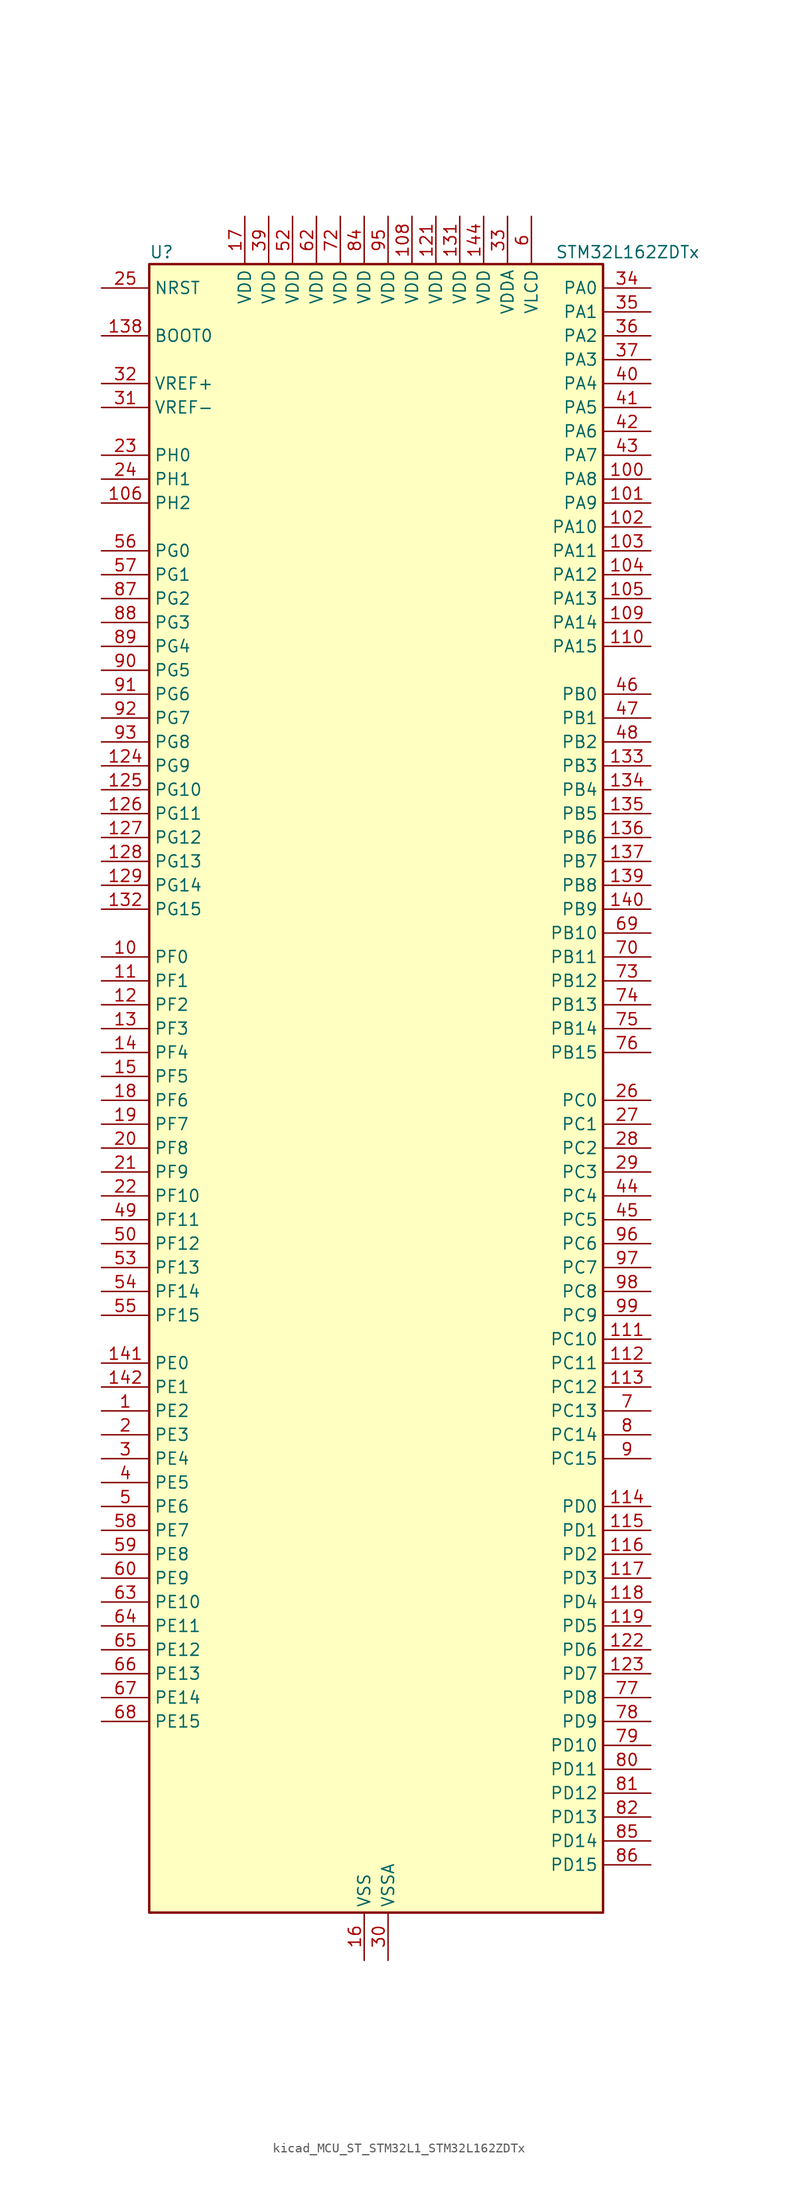
<source format=kicad_sym>
(kicad_symbol_lib
  (version 20220914)
  (generator kicad_symbol_editor)
  (symbol "kicad_MCU_ST_STM32L1_STM32L162ZDTx"
    (property "Reference" "U"
      (at -22.86 90.17 0)
      (effects (font (size 1.27 1.27)) (justify left)))
    (property "Value" "STM32L162ZDTx"
      (at 20.32 90.17 0)
      (effects (font (size 1.27 1.27)) (justify left)))
    (property "ki_locked" ""
      (at 0 0 0)
      (effects (font (size 1.27 1.27))))
    (symbol "kicad_MCU_ST_STM32L1_STM32L162ZDTx_0_1"
      (rectangle (start -22.86 -86.36) (end 25.4 88.9) (stroke (width 0.254) (type default)) (fill (type background))))
    (symbol "kicad_MCU_ST_STM32L1_STM32L162ZDTx_1_1"
      (pin bidirectional line (at -27.94 -33.02 0) (length 5.08) (name "PE2" (effects (font (size 1.27 1.27)))) (number "1" (effects (font (size 1.27 1.27)))) (alternate "FSMC_A23" bidirectional line) (alternate "LCD_SEG38" bidirectional line) (alternate "SYS_TRACECK" bidirectional line) (alternate "TIM3_ETR" bidirectional line) (alternate "TIMX_IC3" bidirectional line))
      (pin bidirectional line (at -27.94 15.24 0) (length 5.08) (name "PF0" (effects (font (size 1.27 1.27)))) (number "10" (effects (font (size 1.27 1.27)))) (alternate "FSMC_A0" bidirectional line))
      (pin bidirectional line (at 30.48 66.04 180) (length 5.08) (name "PA8" (effects (font (size 1.27 1.27)))) (number "100" (effects (font (size 1.27 1.27)))) (alternate "LCD_COM0" bidirectional line) (alternate "RCC_MCO" bidirectional line) (alternate "TIMX_IC1" bidirectional line) (alternate "TS_G4_IO1" bidirectional line) (alternate "USART1_CK" bidirectional line))
      (pin bidirectional line (at 30.48 63.5 180) (length 5.08) (name "PA9" (effects (font (size 1.27 1.27)))) (number "101" (effects (font (size 1.27 1.27)))) (alternate "DAC_EXTI9" bidirectional line) (alternate "LCD_COM1" bidirectional line) (alternate "TIMX_IC2" bidirectional line) (alternate "TS_G4_IO2" bidirectional line) (alternate "USART1_TX" bidirectional line))
      (pin bidirectional line (at 30.48 60.96 180) (length 5.08) (name "PA10" (effects (font (size 1.27 1.27)))) (number "102" (effects (font (size 1.27 1.27)))) (alternate "LCD_COM2" bidirectional line) (alternate "TIMX_IC3" bidirectional line) (alternate "TS_G4_IO3" bidirectional line) (alternate "USART1_RX" bidirectional line))
      (pin bidirectional line (at 30.48 58.42 180) (length 5.08) (name "PA11" (effects (font (size 1.27 1.27)))) (number "103" (effects (font (size 1.27 1.27)))) (alternate "ADC_EXTI11" bidirectional line) (alternate "SPI1_MISO" bidirectional line) (alternate "TIMX_IC4" bidirectional line) (alternate "USART1_CTS" bidirectional line) (alternate "USB_DM" bidirectional line))
      (pin bidirectional line (at 30.48 55.88 180) (length 5.08) (name "PA12" (effects (font (size 1.27 1.27)))) (number "104" (effects (font (size 1.27 1.27)))) (alternate "SPI1_MOSI" bidirectional line) (alternate "TIMX_IC1" bidirectional line) (alternate "USART1_RTS" bidirectional line) (alternate "USB_DP" bidirectional line))
      (pin bidirectional line (at 30.48 53.34 180) (length 5.08) (name "PA13" (effects (font (size 1.27 1.27)))) (number "105" (effects (font (size 1.27 1.27)))) (alternate "SYS_JTMS-SWDIO" bidirectional line) (alternate "TIMX_IC2" bidirectional line) (alternate "TS_G5_IO1" bidirectional line))
      (pin bidirectional line (at -27.94 63.5 0) (length 5.08) (name "PH2" (effects (font (size 1.27 1.27)))) (number "106" (effects (font (size 1.27 1.27)))) (alternate "FSMC_A22" bidirectional line))
      (pin passive line (at 0 -91.44 90) (length 5.08) hide (name "VSS" (effects (font (size 1.27 1.27)))) (number "107" (effects (font (size 1.27 1.27)))))
      (pin power_in line (at 5.08 93.98 270) (length 5.08) (name "VDD" (effects (font (size 1.27 1.27)))) (number "108" (effects (font (size 1.27 1.27)))))
      (pin bidirectional line (at 30.48 50.8 180) (length 5.08) (name "PA14" (effects (font (size 1.27 1.27)))) (number "109" (effects (font (size 1.27 1.27)))) (alternate "SYS_JTCK-SWCLK" bidirectional line) (alternate "TIMX_IC3" bidirectional line) (alternate "TS_G5_IO2" bidirectional line))
      (pin bidirectional line (at -27.94 12.7 0) (length 5.08) (name "PF1" (effects (font (size 1.27 1.27)))) (number "11" (effects (font (size 1.27 1.27)))) (alternate "FSMC_A1" bidirectional line))
      (pin bidirectional line (at 30.48 48.26 180) (length 5.08) (name "PA15" (effects (font (size 1.27 1.27)))) (number "110" (effects (font (size 1.27 1.27)))) (alternate "ADC_EXTI15" bidirectional line) (alternate "I2S3_WS" bidirectional line) (alternate "LCD_SEG17" bidirectional line) (alternate "SPI1_NSS" bidirectional line) (alternate "SPI3_NSS" bidirectional line) (alternate "SYS_JTDI" bidirectional line) (alternate "TIM2_CH1" bidirectional line) (alternate "TIM2_ETR" bidirectional line) (alternate "TIMX_IC4" bidirectional line) (alternate "TS_G5_IO3" bidirectional line))
      (pin bidirectional line (at 30.48 -25.4 180) (length 5.08) (name "PC10" (effects (font (size 1.27 1.27)))) (number "111" (effects (font (size 1.27 1.27)))) (alternate "I2S3_CK" bidirectional line) (alternate "LCD_COM4" bidirectional line) (alternate "LCD_SEG28" bidirectional line) (alternate "LCD_SEG40" bidirectional line) (alternate "SDIO_D2" bidirectional line) (alternate "SPI3_SCK" bidirectional line) (alternate "TIMX_IC3" bidirectional line) (alternate "UART4_TX" bidirectional line) (alternate "USART3_TX" bidirectional line))
      (pin bidirectional line (at 30.48 -27.94 180) (length 5.08) (name "PC11" (effects (font (size 1.27 1.27)))) (number "112" (effects (font (size 1.27 1.27)))) (alternate "ADC_EXTI11" bidirectional line) (alternate "LCD_COM5" bidirectional line) (alternate "LCD_SEG29" bidirectional line) (alternate "LCD_SEG41" bidirectional line) (alternate "SDIO_D3" bidirectional line) (alternate "SPI3_MISO" bidirectional line) (alternate "TIMX_IC4" bidirectional line) (alternate "UART4_RX" bidirectional line) (alternate "USART3_RX" bidirectional line))
      (pin bidirectional line (at 30.48 -30.48 180) (length 5.08) (name "PC12" (effects (font (size 1.27 1.27)))) (number "113" (effects (font (size 1.27 1.27)))) (alternate "I2S3_SD" bidirectional line) (alternate "LCD_COM6" bidirectional line) (alternate "LCD_SEG30" bidirectional line) (alternate "LCD_SEG42" bidirectional line) (alternate "SDIO_CK" bidirectional line) (alternate "SPI3_MOSI" bidirectional line) (alternate "TIMX_IC1" bidirectional line) (alternate "UART5_TX" bidirectional line) (alternate "USART3_CK" bidirectional line))
      (pin bidirectional line (at 30.48 -43.18 180) (length 5.08) (name "PD0" (effects (font (size 1.27 1.27)))) (number "114" (effects (font (size 1.27 1.27)))) (alternate "FSMC_D2" bidirectional line) (alternate "FSMC_DA2" bidirectional line) (alternate "I2S2_WS" bidirectional line) (alternate "SPI2_NSS" bidirectional line) (alternate "TIM9_CH1" bidirectional line) (alternate "TIMX_IC1" bidirectional line))
      (pin bidirectional line (at 30.48 -45.72 180) (length 5.08) (name "PD1" (effects (font (size 1.27 1.27)))) (number "115" (effects (font (size 1.27 1.27)))) (alternate "FSMC_D3" bidirectional line) (alternate "FSMC_DA3" bidirectional line) (alternate "I2S2_CK" bidirectional line) (alternate "SPI2_SCK" bidirectional line) (alternate "TIMX_IC2" bidirectional line))
      (pin bidirectional line (at 30.48 -48.26 180) (length 5.08) (name "PD2" (effects (font (size 1.27 1.27)))) (number "116" (effects (font (size 1.27 1.27)))) (alternate "LCD_COM7" bidirectional line) (alternate "LCD_SEG31" bidirectional line) (alternate "LCD_SEG43" bidirectional line) (alternate "SDIO_CMD" bidirectional line) (alternate "TIM3_ETR" bidirectional line) (alternate "TIMX_IC3" bidirectional line) (alternate "UART5_RX" bidirectional line))
      (pin bidirectional line (at 30.48 -50.8 180) (length 5.08) (name "PD3" (effects (font (size 1.27 1.27)))) (number "117" (effects (font (size 1.27 1.27)))) (alternate "FSMC_CLK" bidirectional line) (alternate "SPI2_MISO" bidirectional line) (alternate "TIMX_IC4" bidirectional line) (alternate "USART2_CTS" bidirectional line))
      (pin bidirectional line (at 30.48 -53.34 180) (length 5.08) (name "PD4" (effects (font (size 1.27 1.27)))) (number "118" (effects (font (size 1.27 1.27)))) (alternate "FSMC_NOE" bidirectional line) (alternate "I2S2_SD" bidirectional line) (alternate "SPI2_MOSI" bidirectional line) (alternate "TIMX_IC1" bidirectional line) (alternate "USART2_RTS" bidirectional line))
      (pin bidirectional line (at 30.48 -55.88 180) (length 5.08) (name "PD5" (effects (font (size 1.27 1.27)))) (number "119" (effects (font (size 1.27 1.27)))) (alternate "FSMC_NWE" bidirectional line) (alternate "TIMX_IC2" bidirectional line) (alternate "USART2_TX" bidirectional line))
      (pin bidirectional line (at -27.94 10.16 0) (length 5.08) (name "PF2" (effects (font (size 1.27 1.27)))) (number "12" (effects (font (size 1.27 1.27)))) (alternate "FSMC_A2" bidirectional line))
      (pin passive line (at 0 -91.44 90) (length 5.08) hide (name "VSS" (effects (font (size 1.27 1.27)))) (number "120" (effects (font (size 1.27 1.27)))))
      (pin power_in line (at 7.62 93.98 270) (length 5.08) (name "VDD" (effects (font (size 1.27 1.27)))) (number "121" (effects (font (size 1.27 1.27)))))
      (pin bidirectional line (at 30.48 -58.42 180) (length 5.08) (name "PD6" (effects (font (size 1.27 1.27)))) (number "122" (effects (font (size 1.27 1.27)))) (alternate "FSMC_NWAIT" bidirectional line) (alternate "TIMX_IC3" bidirectional line) (alternate "USART2_RX" bidirectional line))
      (pin bidirectional line (at 30.48 -60.96 180) (length 5.08) (name "PD7" (effects (font (size 1.27 1.27)))) (number "123" (effects (font (size 1.27 1.27)))) (alternate "FSMC_NE1" bidirectional line) (alternate "TIM9_CH2" bidirectional line) (alternate "TIMX_IC4" bidirectional line) (alternate "USART2_CK" bidirectional line))
      (pin bidirectional line (at -27.94 35.56 0) (length 5.08) (name "PG9" (effects (font (size 1.27 1.27)))) (number "124" (effects (font (size 1.27 1.27)))) (alternate "DAC_EXTI9" bidirectional line) (alternate "FSMC_NE2" bidirectional line))
      (pin bidirectional line (at -27.94 33.02 0) (length 5.08) (name "PG10" (effects (font (size 1.27 1.27)))) (number "125" (effects (font (size 1.27 1.27)))) (alternate "FSMC_NE3" bidirectional line))
      (pin bidirectional line (at -27.94 30.48 0) (length 5.08) (name "PG11" (effects (font (size 1.27 1.27)))) (number "126" (effects (font (size 1.27 1.27)))) (alternate "ADC_EXTI11" bidirectional line))
      (pin bidirectional line (at -27.94 27.94 0) (length 5.08) (name "PG12" (effects (font (size 1.27 1.27)))) (number "127" (effects (font (size 1.27 1.27)))) (alternate "FSMC_NE4" bidirectional line))
      (pin bidirectional line (at -27.94 25.4 0) (length 5.08) (name "PG13" (effects (font (size 1.27 1.27)))) (number "128" (effects (font (size 1.27 1.27)))) (alternate "FSMC_A24" bidirectional line))
      (pin bidirectional line (at -27.94 22.86 0) (length 5.08) (name "PG14" (effects (font (size 1.27 1.27)))) (number "129" (effects (font (size 1.27 1.27)))) (alternate "FSMC_A25" bidirectional line))
      (pin bidirectional line (at -27.94 7.62 0) (length 5.08) (name "PF3" (effects (font (size 1.27 1.27)))) (number "13" (effects (font (size 1.27 1.27)))) (alternate "FSMC_A3" bidirectional line))
      (pin passive line (at 0 -91.44 90) (length 5.08) hide (name "VSS" (effects (font (size 1.27 1.27)))) (number "130" (effects (font (size 1.27 1.27)))))
      (pin power_in line (at 10.16 93.98 270) (length 5.08) (name "VDD" (effects (font (size 1.27 1.27)))) (number "131" (effects (font (size 1.27 1.27)))))
      (pin bidirectional line (at -27.94 20.32 0) (length 5.08) (name "PG15" (effects (font (size 1.27 1.27)))) (number "132" (effects (font (size 1.27 1.27)))) (alternate "ADC_EXTI15" bidirectional line))
      (pin bidirectional line (at 30.48 35.56 180) (length 5.08) (name "PB3" (effects (font (size 1.27 1.27)))) (number "133" (effects (font (size 1.27 1.27)))) (alternate "COMP2_INM" bidirectional line) (alternate "I2S3_CK" bidirectional line) (alternate "LCD_SEG7" bidirectional line) (alternate "SPI1_SCK" bidirectional line) (alternate "SPI3_SCK" bidirectional line) (alternate "SYS_JTDO-TRACESWO" bidirectional line) (alternate "TIM2_CH2" bidirectional line))
      (pin bidirectional line (at 30.48 33.02 180) (length 5.08) (name "PB4" (effects (font (size 1.27 1.27)))) (number "134" (effects (font (size 1.27 1.27)))) (alternate "COMP2_INP" bidirectional line) (alternate "LCD_SEG8" bidirectional line) (alternate "SPI1_MISO" bidirectional line) (alternate "SPI3_MISO" bidirectional line) (alternate "SYS_JTRST" bidirectional line) (alternate "TIM3_CH1" bidirectional line) (alternate "TS_G6_IO1" bidirectional line))
      (pin bidirectional line (at 30.48 30.48 180) (length 5.08) (name "PB5" (effects (font (size 1.27 1.27)))) (number "135" (effects (font (size 1.27 1.27)))) (alternate "COMP2_INP" bidirectional line) (alternate "I2C1_SMBA" bidirectional line) (alternate "I2S3_SD" bidirectional line) (alternate "LCD_SEG9" bidirectional line) (alternate "SPI1_MOSI" bidirectional line) (alternate "SPI3_MOSI" bidirectional line) (alternate "TIM3_CH2" bidirectional line) (alternate "TS_G6_IO2" bidirectional line))
      (pin bidirectional line (at 30.48 27.94 180) (length 5.08) (name "PB6" (effects (font (size 1.27 1.27)))) (number "136" (effects (font (size 1.27 1.27)))) (alternate "COMP2_INP" bidirectional line) (alternate "I2C1_SCL" bidirectional line) (alternate "TIM4_CH1" bidirectional line) (alternate "TS_G6_IO3" bidirectional line) (alternate "USART1_TX" bidirectional line))
      (pin bidirectional line (at 30.48 25.4 180) (length 5.08) (name "PB7" (effects (font (size 1.27 1.27)))) (number "137" (effects (font (size 1.27 1.27)))) (alternate "COMP2_INP" bidirectional line) (alternate "FSMC_NL" bidirectional line) (alternate "I2C1_SDA" bidirectional line) (alternate "SYS_PVD_IN" bidirectional line) (alternate "TIM4_CH2" bidirectional line) (alternate "TS_G6_IO4" bidirectional line) (alternate "USART1_RX" bidirectional line))
      (pin input line (at -27.94 81.28 0) (length 5.08) (name "BOOT0" (effects (font (size 1.27 1.27)))) (number "138" (effects (font (size 1.27 1.27)))))
      (pin bidirectional line (at 30.48 22.86 180) (length 5.08) (name "PB8" (effects (font (size 1.27 1.27)))) (number "139" (effects (font (size 1.27 1.27)))) (alternate "I2C1_SCL" bidirectional line) (alternate "LCD_SEG16" bidirectional line) (alternate "SDIO_D4" bidirectional line) (alternate "TIM10_CH1" bidirectional line) (alternate "TIM4_CH3" bidirectional line))
      (pin bidirectional line (at -27.94 5.08 0) (length 5.08) (name "PF4" (effects (font (size 1.27 1.27)))) (number "14" (effects (font (size 1.27 1.27)))) (alternate "FSMC_A4" bidirectional line))
      (pin bidirectional line (at 30.48 20.32 180) (length 5.08) (name "PB9" (effects (font (size 1.27 1.27)))) (number "140" (effects (font (size 1.27 1.27)))) (alternate "DAC_EXTI9" bidirectional line) (alternate "I2C1_SDA" bidirectional line) (alternate "LCD_COM3" bidirectional line) (alternate "SDIO_D5" bidirectional line) (alternate "TIM11_CH1" bidirectional line) (alternate "TIM4_CH4" bidirectional line))
      (pin bidirectional line (at -27.94 -27.94 0) (length 5.08) (name "PE0" (effects (font (size 1.27 1.27)))) (number "141" (effects (font (size 1.27 1.27)))) (alternate "FSMC_NBL0" bidirectional line) (alternate "LCD_SEG36" bidirectional line) (alternate "TIM10_CH1" bidirectional line) (alternate "TIM4_ETR" bidirectional line) (alternate "TIMX_IC1" bidirectional line))
      (pin bidirectional line (at -27.94 -30.48 0) (length 5.08) (name "PE1" (effects (font (size 1.27 1.27)))) (number "142" (effects (font (size 1.27 1.27)))) (alternate "FSMC_NBL1" bidirectional line) (alternate "LCD_SEG37" bidirectional line) (alternate "TIM11_CH1" bidirectional line) (alternate "TIMX_IC2" bidirectional line))
      (pin passive line (at 0 -91.44 90) (length 5.08) hide (name "VSS" (effects (font (size 1.27 1.27)))) (number "143" (effects (font (size 1.27 1.27)))))
      (pin power_in line (at 12.7 93.98 270) (length 5.08) (name "VDD" (effects (font (size 1.27 1.27)))) (number "144" (effects (font (size 1.27 1.27)))))
      (pin bidirectional line (at -27.94 2.54 0) (length 5.08) (name "PF5" (effects (font (size 1.27 1.27)))) (number "15" (effects (font (size 1.27 1.27)))) (alternate "FSMC_A5" bidirectional line))
      (pin power_in line (at 0 -91.44 90) (length 5.08) (name "VSS" (effects (font (size 1.27 1.27)))) (number "16" (effects (font (size 1.27 1.27)))))
      (pin power_in line (at -12.7 93.98 270) (length 5.08) (name "VDD" (effects (font (size 1.27 1.27)))) (number "17" (effects (font (size 1.27 1.27)))))
      (pin bidirectional line (at -27.94 0 0) (length 5.08) (name "PF6" (effects (font (size 1.27 1.27)))) (number "18" (effects (font (size 1.27 1.27)))) (alternate "ADC_IN27" bidirectional line) (alternate "TIM5_CH1" bidirectional line) (alternate "TIM5_ETR" bidirectional line) (alternate "TS_G11_IO1" bidirectional line))
      (pin bidirectional line (at -27.94 -2.54 0) (length 5.08) (name "PF7" (effects (font (size 1.27 1.27)))) (number "19" (effects (font (size 1.27 1.27)))) (alternate "ADC_IN28" bidirectional line) (alternate "COMP1_INP" bidirectional line) (alternate "TIM5_CH2" bidirectional line) (alternate "TS_G11_IO2" bidirectional line))
      (pin bidirectional line (at -27.94 -35.56 0) (length 5.08) (name "PE3" (effects (font (size 1.27 1.27)))) (number "2" (effects (font (size 1.27 1.27)))) (alternate "FSMC_A19" bidirectional line) (alternate "LCD_SEG39" bidirectional line) (alternate "SYS_TRACED0" bidirectional line) (alternate "TIM3_CH1" bidirectional line) (alternate "TIMX_IC4" bidirectional line))
      (pin bidirectional line (at -27.94 -5.08 0) (length 5.08) (name "PF8" (effects (font (size 1.27 1.27)))) (number "20" (effects (font (size 1.27 1.27)))) (alternate "ADC_IN29" bidirectional line) (alternate "COMP1_INP" bidirectional line) (alternate "TIM5_CH3" bidirectional line) (alternate "TS_G11_IO3" bidirectional line))
      (pin bidirectional line (at -27.94 -7.62 0) (length 5.08) (name "PF9" (effects (font (size 1.27 1.27)))) (number "21" (effects (font (size 1.27 1.27)))) (alternate "ADC_IN30" bidirectional line) (alternate "COMP1_INP" bidirectional line) (alternate "DAC_EXTI9" bidirectional line) (alternate "TIM5_CH4" bidirectional line) (alternate "TS_G11_IO4" bidirectional line))
      (pin bidirectional line (at -27.94 -10.16 0) (length 5.08) (name "PF10" (effects (font (size 1.27 1.27)))) (number "22" (effects (font (size 1.27 1.27)))) (alternate "ADC_IN31" bidirectional line) (alternate "COMP1_INP" bidirectional line) (alternate "TS_G11_IO5" bidirectional line))
      (pin bidirectional line (at -27.94 68.58 0) (length 5.08) (name "PH0" (effects (font (size 1.27 1.27)))) (number "23" (effects (font (size 1.27 1.27)))) (alternate "RCC_OSC_IN" bidirectional line))
      (pin bidirectional line (at -27.94 66.04 0) (length 5.08) (name "PH1" (effects (font (size 1.27 1.27)))) (number "24" (effects (font (size 1.27 1.27)))) (alternate "RCC_OSC_OUT" bidirectional line))
      (pin input line (at -27.94 86.36 0) (length 5.08) (name "NRST" (effects (font (size 1.27 1.27)))) (number "25" (effects (font (size 1.27 1.27)))))
      (pin bidirectional line (at 30.48 0 180) (length 5.08) (name "PC0" (effects (font (size 1.27 1.27)))) (number "26" (effects (font (size 1.27 1.27)))) (alternate "ADC_IN10" bidirectional line) (alternate "COMP1_INP" bidirectional line) (alternate "LCD_SEG18" bidirectional line) (alternate "TIMX_IC1" bidirectional line) (alternate "TS_G8_IO1" bidirectional line))
      (pin bidirectional line (at 30.48 -2.54 180) (length 5.08) (name "PC1" (effects (font (size 1.27 1.27)))) (number "27" (effects (font (size 1.27 1.27)))) (alternate "ADC_IN11" bidirectional line) (alternate "COMP1_INP" bidirectional line) (alternate "LCD_SEG19" bidirectional line) (alternate "OPAMP3_VINP" bidirectional line) (alternate "TIMX_IC2" bidirectional line) (alternate "TS_G8_IO2" bidirectional line))
      (pin bidirectional line (at 30.48 -5.08 180) (length 5.08) (name "PC2" (effects (font (size 1.27 1.27)))) (number "28" (effects (font (size 1.27 1.27)))) (alternate "ADC_IN12" bidirectional line) (alternate "COMP1_INP" bidirectional line) (alternate "LCD_SEG20" bidirectional line) (alternate "OPAMP3_VINM" bidirectional line) (alternate "TIMX_IC3" bidirectional line) (alternate "TS_G8_IO3" bidirectional line))
      (pin bidirectional line (at 30.48 -7.62 180) (length 5.08) (name "PC3" (effects (font (size 1.27 1.27)))) (number "29" (effects (font (size 1.27 1.27)))) (alternate "ADC_IN13" bidirectional line) (alternate "COMP1_INP" bidirectional line) (alternate "LCD_SEG21" bidirectional line) (alternate "OPAMP3_VOUT" bidirectional line) (alternate "TIMX_IC4" bidirectional line) (alternate "TS_G8_IO4" bidirectional line))
      (pin bidirectional line (at -27.94 -38.1 0) (length 5.08) (name "PE4" (effects (font (size 1.27 1.27)))) (number "3" (effects (font (size 1.27 1.27)))) (alternate "FSMC_A20" bidirectional line) (alternate "SYS_TRACED1" bidirectional line) (alternate "TIM3_CH2" bidirectional line) (alternate "TIMX_IC1" bidirectional line))
      (pin power_in line (at 2.54 -91.44 90) (length 5.08) (name "VSSA" (effects (font (size 1.27 1.27)))) (number "30" (effects (font (size 1.27 1.27)))))
      (pin input line (at -27.94 73.66 0) (length 5.08) (name "VREF-" (effects (font (size 1.27 1.27)))) (number "31" (effects (font (size 1.27 1.27)))))
      (pin input line (at -27.94 76.2 0) (length 5.08) (name "VREF+" (effects (font (size 1.27 1.27)))) (number "32" (effects (font (size 1.27 1.27)))))
      (pin power_in line (at 15.24 93.98 270) (length 5.08) (name "VDDA" (effects (font (size 1.27 1.27)))) (number "33" (effects (font (size 1.27 1.27)))))
      (pin bidirectional line (at 30.48 86.36 180) (length 5.08) (name "PA0" (effects (font (size 1.27 1.27)))) (number "34" (effects (font (size 1.27 1.27)))) (alternate "ADC_IN0" bidirectional line) (alternate "COMP1_INP" bidirectional line) (alternate "RTC_TAMP2" bidirectional line) (alternate "SYS_WKUP1" bidirectional line) (alternate "TIM2_CH1" bidirectional line) (alternate "TIM2_ETR" bidirectional line) (alternate "TIM5_CH1" bidirectional line) (alternate "TIMX_IC1" bidirectional line) (alternate "TS_G1_IO1" bidirectional line) (alternate "USART2_CTS" bidirectional line))
      (pin bidirectional line (at 30.48 83.82 180) (length 5.08) (name "PA1" (effects (font (size 1.27 1.27)))) (number "35" (effects (font (size 1.27 1.27)))) (alternate "ADC_IN1" bidirectional line) (alternate "COMP1_INP" bidirectional line) (alternate "LCD_SEG0" bidirectional line) (alternate "OPAMP1_VINP" bidirectional line) (alternate "TIM2_CH2" bidirectional line) (alternate "TIM5_CH2" bidirectional line) (alternate "TIMX_IC2" bidirectional line) (alternate "TS_G1_IO2" bidirectional line) (alternate "USART2_RTS" bidirectional line))
      (pin bidirectional line (at 30.48 81.28 180) (length 5.08) (name "PA2" (effects (font (size 1.27 1.27)))) (number "36" (effects (font (size 1.27 1.27)))) (alternate "ADC_IN2" bidirectional line) (alternate "COMP1_INP" bidirectional line) (alternate "LCD_SEG1" bidirectional line) (alternate "OPAMP1_VINM" bidirectional line) (alternate "TIM2_CH3" bidirectional line) (alternate "TIM5_CH3" bidirectional line) (alternate "TIM9_CH1" bidirectional line) (alternate "TIMX_IC3" bidirectional line) (alternate "TS_G1_IO3" bidirectional line) (alternate "USART2_TX" bidirectional line))
      (pin bidirectional line (at 30.48 78.74 180) (length 5.08) (name "PA3" (effects (font (size 1.27 1.27)))) (number "37" (effects (font (size 1.27 1.27)))) (alternate "ADC_IN3" bidirectional line) (alternate "COMP1_INP" bidirectional line) (alternate "LCD_SEG2" bidirectional line) (alternate "OPAMP1_VOUT" bidirectional line) (alternate "TIM2_CH4" bidirectional line) (alternate "TIM5_CH4" bidirectional line) (alternate "TIM9_CH2" bidirectional line) (alternate "TIMX_IC4" bidirectional line) (alternate "TS_G1_IO4" bidirectional line) (alternate "USART2_RX" bidirectional line))
      (pin passive line (at 0 -91.44 90) (length 5.08) hide (name "VSS" (effects (font (size 1.27 1.27)))) (number "38" (effects (font (size 1.27 1.27)))))
      (pin power_in line (at -10.16 93.98 270) (length 5.08) (name "VDD" (effects (font (size 1.27 1.27)))) (number "39" (effects (font (size 1.27 1.27)))))
      (pin bidirectional line (at -27.94 -40.64 0) (length 5.08) (name "PE5" (effects (font (size 1.27 1.27)))) (number "4" (effects (font (size 1.27 1.27)))) (alternate "FSMC_A21" bidirectional line) (alternate "SYS_TRACED2" bidirectional line) (alternate "TIM9_CH1" bidirectional line) (alternate "TIMX_IC2" bidirectional line))
      (pin bidirectional line (at 30.48 76.2 180) (length 5.08) (name "PA4" (effects (font (size 1.27 1.27)))) (number "40" (effects (font (size 1.27 1.27)))) (alternate "ADC_IN4" bidirectional line) (alternate "COMP1_INP" bidirectional line) (alternate "DAC_OUT1" bidirectional line) (alternate "I2S3_WS" bidirectional line) (alternate "SPI1_NSS" bidirectional line) (alternate "SPI3_NSS" bidirectional line) (alternate "TIMX_IC1" bidirectional line) (alternate "USART2_CK" bidirectional line))
      (pin bidirectional line (at 30.48 73.66 180) (length 5.08) (name "PA5" (effects (font (size 1.27 1.27)))) (number "41" (effects (font (size 1.27 1.27)))) (alternate "ADC_IN5" bidirectional line) (alternate "COMP1_INP" bidirectional line) (alternate "DAC_OUT2" bidirectional line) (alternate "SPI1_SCK" bidirectional line) (alternate "TIM2_CH1" bidirectional line) (alternate "TIM2_ETR" bidirectional line) (alternate "TIMX_IC2" bidirectional line))
      (pin bidirectional line (at 30.48 71.12 180) (length 5.08) (name "PA6" (effects (font (size 1.27 1.27)))) (number "42" (effects (font (size 1.27 1.27)))) (alternate "ADC_IN6" bidirectional line) (alternate "COMP1_INP" bidirectional line) (alternate "LCD_SEG3" bidirectional line) (alternate "OPAMP2_VINP" bidirectional line) (alternate "SPI1_MISO" bidirectional line) (alternate "TIM10_CH1" bidirectional line) (alternate "TIM3_CH1" bidirectional line) (alternate "TIMX_IC3" bidirectional line) (alternate "TS_G2_IO1" bidirectional line))
      (pin bidirectional line (at 30.48 68.58 180) (length 5.08) (name "PA7" (effects (font (size 1.27 1.27)))) (number "43" (effects (font (size 1.27 1.27)))) (alternate "ADC_IN7" bidirectional line) (alternate "COMP1_INP" bidirectional line) (alternate "LCD_SEG4" bidirectional line) (alternate "OPAMP2_VINM" bidirectional line) (alternate "SPI1_MOSI" bidirectional line) (alternate "TIM11_CH1" bidirectional line) (alternate "TIM3_CH2" bidirectional line) (alternate "TIMX_IC4" bidirectional line) (alternate "TS_G2_IO2" bidirectional line))
      (pin bidirectional line (at 30.48 -10.16 180) (length 5.08) (name "PC4" (effects (font (size 1.27 1.27)))) (number "44" (effects (font (size 1.27 1.27)))) (alternate "ADC_IN14" bidirectional line) (alternate "COMP1_INP" bidirectional line) (alternate "LCD_SEG22" bidirectional line) (alternate "TIMX_IC1" bidirectional line) (alternate "TS_G9_IO1" bidirectional line))
      (pin bidirectional line (at 30.48 -12.7 180) (length 5.08) (name "PC5" (effects (font (size 1.27 1.27)))) (number "45" (effects (font (size 1.27 1.27)))) (alternate "ADC_IN15" bidirectional line) (alternate "COMP1_INP" bidirectional line) (alternate "LCD_SEG23" bidirectional line) (alternate "TIMX_IC2" bidirectional line) (alternate "TS_G9_IO2" bidirectional line))
      (pin bidirectional line (at 30.48 43.18 180) (length 5.08) (name "PB0" (effects (font (size 1.27 1.27)))) (number "46" (effects (font (size 1.27 1.27)))) (alternate "ADC_IN8" bidirectional line) (alternate "COMP1_INP" bidirectional line) (alternate "LCD_SEG5" bidirectional line) (alternate "OPAMP2_VOUT" bidirectional line) (alternate "SYS_V_REF_OUT" bidirectional line) (alternate "TIM3_CH3" bidirectional line) (alternate "TS_G3_IO1" bidirectional line))
      (pin bidirectional line (at 30.48 40.64 180) (length 5.08) (name "PB1" (effects (font (size 1.27 1.27)))) (number "47" (effects (font (size 1.27 1.27)))) (alternate "ADC_IN9" bidirectional line) (alternate "COMP1_INP" bidirectional line) (alternate "LCD_SEG6" bidirectional line) (alternate "SYS_V_REF_OUT" bidirectional line) (alternate "TIM3_CH4" bidirectional line) (alternate "TS_G3_IO2" bidirectional line))
      (pin bidirectional line (at 30.48 38.1 180) (length 5.08) (name "PB2" (effects (font (size 1.27 1.27)))) (number "48" (effects (font (size 1.27 1.27)))) (alternate "ADC_IN0b" bidirectional line) (alternate "TS_G3_IO3" bidirectional line))
      (pin bidirectional line (at -27.94 -12.7 0) (length 5.08) (name "PF11" (effects (font (size 1.27 1.27)))) (number "49" (effects (font (size 1.27 1.27)))) (alternate "ADC_EXTI11" bidirectional line) (alternate "ADC_IN1b" bidirectional line) (alternate "TS_G3_IO4" bidirectional line))
      (pin bidirectional line (at -27.94 -43.18 0) (length 5.08) (name "PE6" (effects (font (size 1.27 1.27)))) (number "5" (effects (font (size 1.27 1.27)))) (alternate "RTC_TAMP3" bidirectional line) (alternate "SYS_TRACED3" bidirectional line) (alternate "SYS_WKUP3" bidirectional line) (alternate "TIM9_CH2" bidirectional line) (alternate "TIMX_IC3" bidirectional line))
      (pin bidirectional line (at -27.94 -15.24 0) (length 5.08) (name "PF12" (effects (font (size 1.27 1.27)))) (number "50" (effects (font (size 1.27 1.27)))) (alternate "ADC_IN2b" bidirectional line) (alternate "FSMC_A6" bidirectional line) (alternate "TS_G3_IO5" bidirectional line))
      (pin passive line (at 0 -91.44 90) (length 5.08) hide (name "VSS" (effects (font (size 1.27 1.27)))) (number "51" (effects (font (size 1.27 1.27)))))
      (pin power_in line (at -7.62 93.98 270) (length 5.08) (name "VDD" (effects (font (size 1.27 1.27)))) (number "52" (effects (font (size 1.27 1.27)))))
      (pin bidirectional line (at -27.94 -17.78 0) (length 5.08) (name "PF13" (effects (font (size 1.27 1.27)))) (number "53" (effects (font (size 1.27 1.27)))) (alternate "ADC_IN3b" bidirectional line) (alternate "FSMC_A7" bidirectional line) (alternate "TS_G9_IO3" bidirectional line))
      (pin bidirectional line (at -27.94 -20.32 0) (length 5.08) (name "PF14" (effects (font (size 1.27 1.27)))) (number "54" (effects (font (size 1.27 1.27)))) (alternate "ADC_IN6b" bidirectional line) (alternate "FSMC_A8" bidirectional line) (alternate "TS_G9_IO4" bidirectional line))
      (pin bidirectional line (at -27.94 -22.86 0) (length 5.08) (name "PF15" (effects (font (size 1.27 1.27)))) (number "55" (effects (font (size 1.27 1.27)))) (alternate "ADC_EXTI15" bidirectional line) (alternate "ADC_IN7b" bidirectional line) (alternate "FSMC_A9" bidirectional line) (alternate "TS_G2_IO3" bidirectional line))
      (pin bidirectional line (at -27.94 58.42 0) (length 5.08) (name "PG0" (effects (font (size 1.27 1.27)))) (number "56" (effects (font (size 1.27 1.27)))) (alternate "ADC_IN8b" bidirectional line) (alternate "FSMC_A10" bidirectional line) (alternate "TS_G2_IO4" bidirectional line))
      (pin bidirectional line (at -27.94 55.88 0) (length 5.08) (name "PG1" (effects (font (size 1.27 1.27)))) (number "57" (effects (font (size 1.27 1.27)))) (alternate "ADC_IN9b" bidirectional line) (alternate "FSMC_A11" bidirectional line) (alternate "TS_G2_IO5" bidirectional line))
      (pin bidirectional line (at -27.94 -45.72 0) (length 5.08) (name "PE7" (effects (font (size 1.27 1.27)))) (number "58" (effects (font (size 1.27 1.27)))) (alternate "ADC_IN22" bidirectional line) (alternate "COMP1_INP" bidirectional line) (alternate "FSMC_D4" bidirectional line) (alternate "FSMC_DA4" bidirectional line) (alternate "TIMX_IC4" bidirectional line))
      (pin bidirectional line (at -27.94 -48.26 0) (length 5.08) (name "PE8" (effects (font (size 1.27 1.27)))) (number "59" (effects (font (size 1.27 1.27)))) (alternate "ADC_IN23" bidirectional line) (alternate "COMP1_INP" bidirectional line) (alternate "FSMC_D5" bidirectional line) (alternate "FSMC_DA5" bidirectional line) (alternate "TIMX_IC1" bidirectional line))
      (pin power_in line (at 17.78 93.98 270) (length 5.08) (name "VLCD" (effects (font (size 1.27 1.27)))) (number "6" (effects (font (size 1.27 1.27)))))
      (pin bidirectional line (at -27.94 -50.8 0) (length 5.08) (name "PE9" (effects (font (size 1.27 1.27)))) (number "60" (effects (font (size 1.27 1.27)))) (alternate "ADC_IN24" bidirectional line) (alternate "COMP1_INP" bidirectional line) (alternate "DAC_EXTI9" bidirectional line) (alternate "FSMC_D6" bidirectional line) (alternate "FSMC_DA6" bidirectional line) (alternate "TIM2_CH1" bidirectional line) (alternate "TIM2_ETR" bidirectional line) (alternate "TIMX_IC2" bidirectional line))
      (pin passive line (at 0 -91.44 90) (length 5.08) hide (name "VSS" (effects (font (size 1.27 1.27)))) (number "61" (effects (font (size 1.27 1.27)))))
      (pin power_in line (at -5.08 93.98 270) (length 5.08) (name "VDD" (effects (font (size 1.27 1.27)))) (number "62" (effects (font (size 1.27 1.27)))))
      (pin bidirectional line (at -27.94 -53.34 0) (length 5.08) (name "PE10" (effects (font (size 1.27 1.27)))) (number "63" (effects (font (size 1.27 1.27)))) (alternate "ADC_IN25" bidirectional line) (alternate "COMP1_INP" bidirectional line) (alternate "FSMC_D7" bidirectional line) (alternate "FSMC_DA7" bidirectional line) (alternate "TIM2_CH2" bidirectional line) (alternate "TIMX_IC3" bidirectional line))
      (pin bidirectional line (at -27.94 -55.88 0) (length 5.08) (name "PE11" (effects (font (size 1.27 1.27)))) (number "64" (effects (font (size 1.27 1.27)))) (alternate "ADC_EXTI11" bidirectional line) (alternate "FSMC_D8" bidirectional line) (alternate "FSMC_DA8" bidirectional line) (alternate "TIM2_CH3" bidirectional line) (alternate "TIMX_IC4" bidirectional line))
      (pin bidirectional line (at -27.94 -58.42 0) (length 5.08) (name "PE12" (effects (font (size 1.27 1.27)))) (number "65" (effects (font (size 1.27 1.27)))) (alternate "FSMC_D9" bidirectional line) (alternate "FSMC_DA9" bidirectional line) (alternate "SPI1_NSS" bidirectional line) (alternate "TIM2_CH4" bidirectional line) (alternate "TIMX_IC1" bidirectional line))
      (pin bidirectional line (at -27.94 -60.96 0) (length 5.08) (name "PE13" (effects (font (size 1.27 1.27)))) (number "66" (effects (font (size 1.27 1.27)))) (alternate "FSMC_D10" bidirectional line) (alternate "FSMC_DA10" bidirectional line) (alternate "SPI1_SCK" bidirectional line) (alternate "TIMX_IC2" bidirectional line))
      (pin bidirectional line (at -27.94 -63.5 0) (length 5.08) (name "PE14" (effects (font (size 1.27 1.27)))) (number "67" (effects (font (size 1.27 1.27)))) (alternate "FSMC_D11" bidirectional line) (alternate "FSMC_DA11" bidirectional line) (alternate "SPI1_MISO" bidirectional line) (alternate "TIMX_IC3" bidirectional line))
      (pin bidirectional line (at -27.94 -66.04 0) (length 5.08) (name "PE15" (effects (font (size 1.27 1.27)))) (number "68" (effects (font (size 1.27 1.27)))) (alternate "ADC_EXTI15" bidirectional line) (alternate "FSMC_D12" bidirectional line) (alternate "FSMC_DA12" bidirectional line) (alternate "SPI1_MOSI" bidirectional line) (alternate "TIMX_IC4" bidirectional line))
      (pin bidirectional line (at 30.48 17.78 180) (length 5.08) (name "PB10" (effects (font (size 1.27 1.27)))) (number "69" (effects (font (size 1.27 1.27)))) (alternate "I2C2_SCL" bidirectional line) (alternate "LCD_SEG10" bidirectional line) (alternate "TIM2_CH3" bidirectional line) (alternate "USART3_TX" bidirectional line))
      (pin bidirectional line (at 30.48 -33.02 180) (length 5.08) (name "PC13" (effects (font (size 1.27 1.27)))) (number "7" (effects (font (size 1.27 1.27)))) (alternate "RTC_OUT_ALARM" bidirectional line) (alternate "RTC_OUT_CALIB" bidirectional line) (alternate "RTC_TAMP1" bidirectional line) (alternate "RTC_TS" bidirectional line) (alternate "SYS_WKUP2" bidirectional line) (alternate "TIMX_IC2" bidirectional line))
      (pin bidirectional line (at 30.48 15.24 180) (length 5.08) (name "PB11" (effects (font (size 1.27 1.27)))) (number "70" (effects (font (size 1.27 1.27)))) (alternate "ADC_EXTI11" bidirectional line) (alternate "I2C2_SDA" bidirectional line) (alternate "LCD_SEG11" bidirectional line) (alternate "TIM2_CH4" bidirectional line) (alternate "USART3_RX" bidirectional line))
      (pin passive line (at 0 -91.44 90) (length 5.08) hide (name "VSS" (effects (font (size 1.27 1.27)))) (number "71" (effects (font (size 1.27 1.27)))))
      (pin power_in line (at -2.54 93.98 270) (length 5.08) (name "VDD" (effects (font (size 1.27 1.27)))) (number "72" (effects (font (size 1.27 1.27)))))
      (pin bidirectional line (at 30.48 12.7 180) (length 5.08) (name "PB12" (effects (font (size 1.27 1.27)))) (number "73" (effects (font (size 1.27 1.27)))) (alternate "ADC_IN18" bidirectional line) (alternate "COMP1_INP" bidirectional line) (alternate "I2C2_SMBA" bidirectional line) (alternate "I2S2_WS" bidirectional line) (alternate "LCD_SEG12" bidirectional line) (alternate "SPI2_NSS" bidirectional line) (alternate "TIM10_CH1" bidirectional line) (alternate "TS_G7_IO1" bidirectional line) (alternate "USART3_CK" bidirectional line))
      (pin bidirectional line (at 30.48 10.16 180) (length 5.08) (name "PB13" (effects (font (size 1.27 1.27)))) (number "74" (effects (font (size 1.27 1.27)))) (alternate "ADC_IN19" bidirectional line) (alternate "COMP1_INP" bidirectional line) (alternate "I2S2_CK" bidirectional line) (alternate "LCD_SEG13" bidirectional line) (alternate "SPI2_SCK" bidirectional line) (alternate "TIM9_CH1" bidirectional line) (alternate "TS_G7_IO2" bidirectional line) (alternate "USART3_CTS" bidirectional line))
      (pin bidirectional line (at 30.48 7.62 180) (length 5.08) (name "PB14" (effects (font (size 1.27 1.27)))) (number "75" (effects (font (size 1.27 1.27)))) (alternate "ADC_IN20" bidirectional line) (alternate "COMP1_INP" bidirectional line) (alternate "LCD_SEG14" bidirectional line) (alternate "SPI2_MISO" bidirectional line) (alternate "TIM9_CH2" bidirectional line) (alternate "TS_G7_IO3" bidirectional line) (alternate "USART3_RTS" bidirectional line))
      (pin bidirectional line (at 30.48 5.08 180) (length 5.08) (name "PB15" (effects (font (size 1.27 1.27)))) (number "76" (effects (font (size 1.27 1.27)))) (alternate "ADC_EXTI15" bidirectional line) (alternate "ADC_IN21" bidirectional line) (alternate "COMP1_INP" bidirectional line) (alternate "I2S2_SD" bidirectional line) (alternate "LCD_SEG15" bidirectional line) (alternate "RTC_REFIN" bidirectional line) (alternate "SPI2_MOSI" bidirectional line) (alternate "TIM11_CH1" bidirectional line) (alternate "TS_G7_IO4" bidirectional line))
      (pin bidirectional line (at 30.48 -63.5 180) (length 5.08) (name "PD8" (effects (font (size 1.27 1.27)))) (number "77" (effects (font (size 1.27 1.27)))) (alternate "FSMC_D13" bidirectional line) (alternate "FSMC_DA13" bidirectional line) (alternate "LCD_SEG28" bidirectional line) (alternate "TIMX_IC1" bidirectional line) (alternate "USART3_TX" bidirectional line))
      (pin bidirectional line (at 30.48 -66.04 180) (length 5.08) (name "PD9" (effects (font (size 1.27 1.27)))) (number "78" (effects (font (size 1.27 1.27)))) (alternate "DAC_EXTI9" bidirectional line) (alternate "FSMC_D14" bidirectional line) (alternate "FSMC_DA14" bidirectional line) (alternate "LCD_SEG29" bidirectional line) (alternate "TIMX_IC2" bidirectional line) (alternate "USART3_RX" bidirectional line))
      (pin bidirectional line (at 30.48 -68.58 180) (length 5.08) (name "PD10" (effects (font (size 1.27 1.27)))) (number "79" (effects (font (size 1.27 1.27)))) (alternate "FSMC_D15" bidirectional line) (alternate "FSMC_DA15" bidirectional line) (alternate "LCD_SEG30" bidirectional line) (alternate "TIMX_IC3" bidirectional line) (alternate "USART3_CK" bidirectional line))
      (pin bidirectional line (at 30.48 -35.56 180) (length 5.08) (name "PC14" (effects (font (size 1.27 1.27)))) (number "8" (effects (font (size 1.27 1.27)))) (alternate "RCC_OSC32_IN" bidirectional line) (alternate "TIMX_IC3" bidirectional line))
      (pin bidirectional line (at 30.48 -71.12 180) (length 5.08) (name "PD11" (effects (font (size 1.27 1.27)))) (number "80" (effects (font (size 1.27 1.27)))) (alternate "ADC_EXTI11" bidirectional line) (alternate "FSMC_A16" bidirectional line) (alternate "LCD_SEG31" bidirectional line) (alternate "TIMX_IC4" bidirectional line) (alternate "USART3_CTS" bidirectional line))
      (pin bidirectional line (at 30.48 -73.66 180) (length 5.08) (name "PD12" (effects (font (size 1.27 1.27)))) (number "81" (effects (font (size 1.27 1.27)))) (alternate "FSMC_A17" bidirectional line) (alternate "LCD_SEG32" bidirectional line) (alternate "TIM4_CH1" bidirectional line) (alternate "TIMX_IC1" bidirectional line) (alternate "USART3_RTS" bidirectional line))
      (pin bidirectional line (at 30.48 -76.2 180) (length 5.08) (name "PD13" (effects (font (size 1.27 1.27)))) (number "82" (effects (font (size 1.27 1.27)))) (alternate "FSMC_A18" bidirectional line) (alternate "LCD_SEG33" bidirectional line) (alternate "TIM4_CH2" bidirectional line) (alternate "TIMX_IC2" bidirectional line))
      (pin passive line (at 0 -91.44 90) (length 5.08) hide (name "VSS" (effects (font (size 1.27 1.27)))) (number "83" (effects (font (size 1.27 1.27)))))
      (pin power_in line (at 0 93.98 270) (length 5.08) (name "VDD" (effects (font (size 1.27 1.27)))) (number "84" (effects (font (size 1.27 1.27)))))
      (pin bidirectional line (at 30.48 -78.74 180) (length 5.08) (name "PD14" (effects (font (size 1.27 1.27)))) (number "85" (effects (font (size 1.27 1.27)))) (alternate "FSMC_D0" bidirectional line) (alternate "FSMC_DA0" bidirectional line) (alternate "LCD_SEG34" bidirectional line) (alternate "TIM4_CH3" bidirectional line) (alternate "TIMX_IC3" bidirectional line))
      (pin bidirectional line (at 30.48 -81.28 180) (length 5.08) (name "PD15" (effects (font (size 1.27 1.27)))) (number "86" (effects (font (size 1.27 1.27)))) (alternate "ADC_EXTI15" bidirectional line) (alternate "FSMC_D1" bidirectional line) (alternate "FSMC_DA1" bidirectional line) (alternate "LCD_SEG35" bidirectional line) (alternate "TIM4_CH4" bidirectional line) (alternate "TIMX_IC4" bidirectional line))
      (pin bidirectional line (at -27.94 53.34 0) (length 5.08) (name "PG2" (effects (font (size 1.27 1.27)))) (number "87" (effects (font (size 1.27 1.27)))) (alternate "ADC_IN10b" bidirectional line) (alternate "FSMC_A12" bidirectional line) (alternate "TS_G7_IO5" bidirectional line))
      (pin bidirectional line (at -27.94 50.8 0) (length 5.08) (name "PG3" (effects (font (size 1.27 1.27)))) (number "88" (effects (font (size 1.27 1.27)))) (alternate "ADC_IN11b" bidirectional line) (alternate "FSMC_A13" bidirectional line) (alternate "TS_G7_IO6" bidirectional line))
      (pin bidirectional line (at -27.94 48.26 0) (length 5.08) (name "PG4" (effects (font (size 1.27 1.27)))) (number "89" (effects (font (size 1.27 1.27)))) (alternate "ADC_IN12b" bidirectional line) (alternate "FSMC_A14" bidirectional line) (alternate "TS_G7_IO7" bidirectional line))
      (pin bidirectional line (at 30.48 -38.1 180) (length 5.08) (name "PC15" (effects (font (size 1.27 1.27)))) (number "9" (effects (font (size 1.27 1.27)))) (alternate "ADC_EXTI15" bidirectional line) (alternate "RCC_OSC32_OUT" bidirectional line) (alternate "TIMX_IC4" bidirectional line))
      (pin bidirectional line (at -27.94 45.72 0) (length 5.08) (name "PG5" (effects (font (size 1.27 1.27)))) (number "90" (effects (font (size 1.27 1.27)))) (alternate "FSMC_A15" bidirectional line))
      (pin bidirectional line (at -27.94 43.18 0) (length 5.08) (name "PG6" (effects (font (size 1.27 1.27)))) (number "91" (effects (font (size 1.27 1.27)))))
      (pin bidirectional line (at -27.94 40.64 0) (length 5.08) (name "PG7" (effects (font (size 1.27 1.27)))) (number "92" (effects (font (size 1.27 1.27)))))
      (pin bidirectional line (at -27.94 38.1 0) (length 5.08) (name "PG8" (effects (font (size 1.27 1.27)))) (number "93" (effects (font (size 1.27 1.27)))))
      (pin passive line (at 0 -91.44 90) (length 5.08) hide (name "VSS" (effects (font (size 1.27 1.27)))) (number "94" (effects (font (size 1.27 1.27)))))
      (pin power_in line (at 2.54 93.98 270) (length 5.08) (name "VDD" (effects (font (size 1.27 1.27)))) (number "95" (effects (font (size 1.27 1.27)))))
      (pin bidirectional line (at 30.48 -15.24 180) (length 5.08) (name "PC6" (effects (font (size 1.27 1.27)))) (number "96" (effects (font (size 1.27 1.27)))) (alternate "I2S2_MCK" bidirectional line) (alternate "LCD_SEG24" bidirectional line) (alternate "SDIO_D6" bidirectional line) (alternate "TIM3_CH1" bidirectional line) (alternate "TIMX_IC3" bidirectional line) (alternate "TS_G10_IO1" bidirectional line))
      (pin bidirectional line (at 30.48 -17.78 180) (length 5.08) (name "PC7" (effects (font (size 1.27 1.27)))) (number "97" (effects (font (size 1.27 1.27)))) (alternate "I2S3_MCK" bidirectional line) (alternate "LCD_SEG25" bidirectional line) (alternate "SDIO_D7" bidirectional line) (alternate "TIM3_CH2" bidirectional line) (alternate "TIMX_IC4" bidirectional line) (alternate "TS_G10_IO2" bidirectional line))
      (pin bidirectional line (at 30.48 -20.32 180) (length 5.08) (name "PC8" (effects (font (size 1.27 1.27)))) (number "98" (effects (font (size 1.27 1.27)))) (alternate "LCD_SEG26" bidirectional line) (alternate "SDIO_D0" bidirectional line) (alternate "TIM3_CH3" bidirectional line) (alternate "TIMX_IC1" bidirectional line) (alternate "TS_G10_IO3" bidirectional line))
      (pin bidirectional line (at 30.48 -22.86 180) (length 5.08) (name "PC9" (effects (font (size 1.27 1.27)))) (number "99" (effects (font (size 1.27 1.27)))) (alternate "DAC_EXTI9" bidirectional line) (alternate "LCD_SEG27" bidirectional line) (alternate "SDIO_D1" bidirectional line) (alternate "TIM3_CH4" bidirectional line) (alternate "TIMX_IC2" bidirectional line) (alternate "TS_G10_IO4" bidirectional line)))))
</source>
